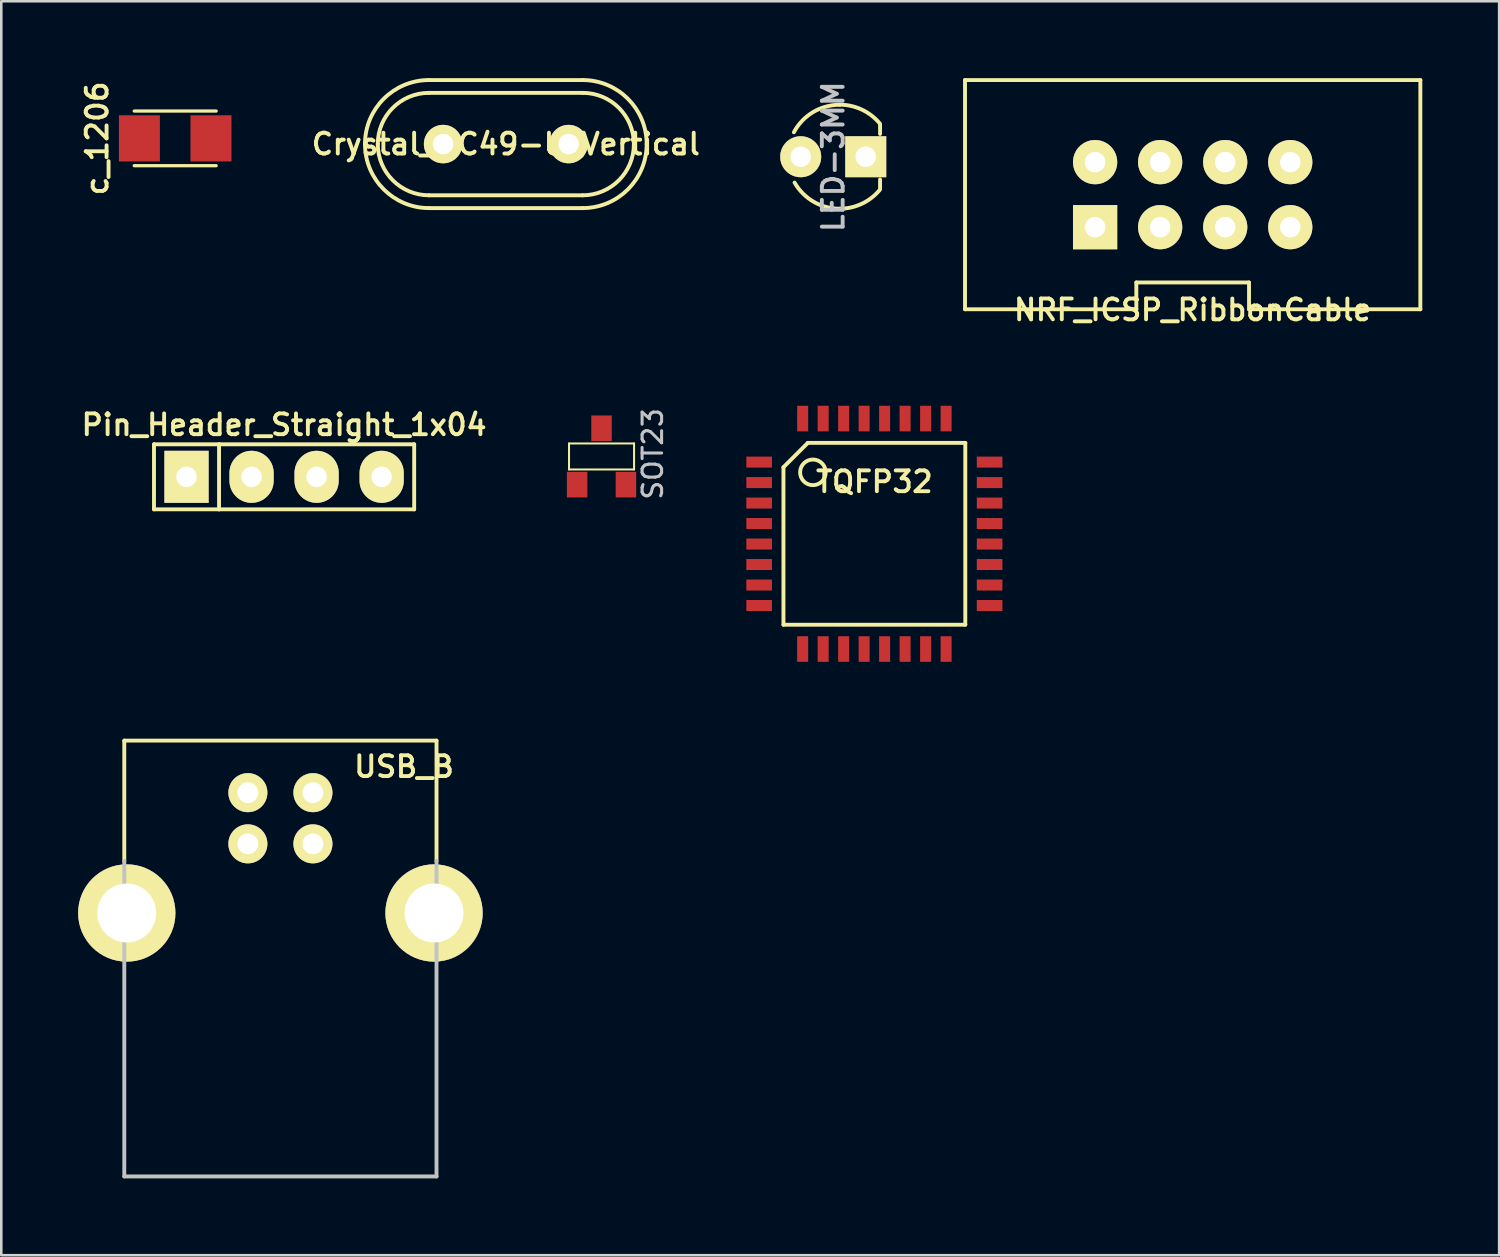
<source format=kicad_pcb>
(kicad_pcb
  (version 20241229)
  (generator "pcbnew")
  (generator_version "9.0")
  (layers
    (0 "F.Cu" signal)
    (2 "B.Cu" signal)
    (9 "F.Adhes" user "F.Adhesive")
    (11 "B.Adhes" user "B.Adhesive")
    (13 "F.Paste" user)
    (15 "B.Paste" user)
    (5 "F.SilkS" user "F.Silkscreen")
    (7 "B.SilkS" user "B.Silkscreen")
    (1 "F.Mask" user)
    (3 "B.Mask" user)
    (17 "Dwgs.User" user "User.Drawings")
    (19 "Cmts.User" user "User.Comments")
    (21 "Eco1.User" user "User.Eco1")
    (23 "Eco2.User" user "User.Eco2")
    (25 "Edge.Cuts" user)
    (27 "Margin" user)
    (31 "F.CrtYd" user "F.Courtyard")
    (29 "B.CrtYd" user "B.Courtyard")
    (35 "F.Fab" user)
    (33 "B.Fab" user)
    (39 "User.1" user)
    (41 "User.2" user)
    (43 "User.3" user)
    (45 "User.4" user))
  (footprint "LED-3MM"
    (layer "F.Cu")
    (at 29.486 3.07)
    (property "Reference" "LED-3MM" (at 0 0 90) (layer "Dwgs.User") (effects (font (size 0.813 0.813) (thickness 0.152))))
    (attr through_hole)
    (fp_line (start 1.829 -1.27) (end 1.829 -0.889) (stroke (width 0.152) (type solid)) (layer "F.SilkS"))
    (fp_line (start 1.829 1.27) (end 1.829 0.889) (stroke (width 0.152) (type solid)) (layer "F.SilkS"))
    (fp_arc (start -1.5367 -0.95504) (mid -0.790567 -1.739997) (end 0.253025 -2.02946) (stroke (width 0.1524) (type solid)) (layer "F.SilkS"))
    (fp_arc (start 0.254 -2.032) (mid 1.114367 -1.840867) (end 1.81288 -1.303426) (stroke (width 0.1524) (type solid)) (layer "F.SilkS"))
    (fp_arc (start 0.254 2.032) (mid -0.76507 1.757988) (end -1.509299 1.009851) (stroke (width 0.1524) (type solid)) (layer "F.SilkS"))
    (fp_arc (start 1.8034 1.31064) (mid 1.109154 1.840416) (end 0.256552 2.029387) (stroke (width 0.1524) (type solid)) (layer "F.SilkS"))
    (pad "1" thru_hole circle (at -1.27 0) (size 1.6 1.6) (drill 0.8) (layers "*.Cu" "*.Mask" "F.SilkS"))
    (pad "2" thru_hole rect (at 1.27 0) (size 1.6 1.6) (drill 0.8) (layers "*.Cu" "*.Mask" "F.SilkS")))
  (footprint "TQFP32"
    (layer "F.Cu")
    (at 31.093 17.794)
    (property "Reference" "TQFP32" (at 0 -2.032 0) (layer "F.SilkS") (effects (font (size 0.813 0.813) (thickness 0.152))))
    (attr through_hole)
    (fp_line (start -3.55 -2.6) (end -3.55 3.55) (stroke (width 0.152) (type solid)) (layer "F.SilkS"))
    (fp_line (start -3.55 3.55) (end 3.55 3.55) (stroke (width 0.152) (type solid)) (layer "F.SilkS"))
    (fp_line (start -2.6 -3.55) (end -3.55 -2.6) (stroke (width 0.152) (type solid)) (layer "F.SilkS"))
    (fp_line (start -2.6 -3.55) (end 3.55 -3.55) (stroke (width 0.152) (type solid)) (layer "F.SilkS"))
    (fp_line (start 3.55 3.55) (end 3.55 -3.55) (stroke (width 0.152) (type solid)) (layer "F.SilkS"))
    (fp_circle (center -2.4 -2.4) (end -2.4 -1.9) (stroke (width 0.152) (type solid)) (fill no) (layer "F.SilkS"))
    (pad "1" smd rect (at -4.5 -2.8) (size 1 0.43) (layers "F.Cu" "F.Mask" "F.Paste"))
    (pad "2" smd rect (at -4.5 -2) (size 1 0.43) (layers "F.Cu" "F.Mask" "F.Paste"))
    (pad "3" smd rect (at -4.5 -1.2) (size 1 0.43) (layers "F.Cu" "F.Mask" "F.Paste"))
    (pad "4" smd rect (at -4.5 -0.4) (size 1 0.43) (layers "F.Cu" "F.Mask" "F.Paste"))
    (pad "5" smd rect (at -4.5 0.4) (size 1 0.43) (layers "F.Cu" "F.Mask" "F.Paste"))
    (pad "6" smd rect (at -4.5 1.2) (size 1 0.43) (layers "F.Cu" "F.Mask" "F.Paste"))
    (pad "7" smd rect (at -4.5 2) (size 1 0.43) (layers "F.Cu" "F.Mask" "F.Paste"))
    (pad "8" smd rect (at -4.5 2.8) (size 1 0.43) (layers "F.Cu" "F.Mask" "F.Paste"))
    (pad "9" smd rect (at -2.8 4.5) (size 0.43 1) (layers "F.Cu" "F.Mask" "F.Paste"))
    (pad "10" smd rect (at -2 4.5) (size 0.43 1) (layers "F.Cu" "F.Mask" "F.Paste"))
    (pad "11" smd rect (at -1.2 4.5) (size 0.43 1) (layers "F.Cu" "F.Mask" "F.Paste"))
    (pad "12" smd rect (at -0.4 4.5) (size 0.43 1) (layers "F.Cu" "F.Mask" "F.Paste"))
    (pad "13" smd rect (at 0.4 4.5) (size 0.43 1) (layers "F.Cu" "F.Mask" "F.Paste"))
    (pad "14" smd rect (at 1.2 4.5) (size 0.43 1) (layers "F.Cu" "F.Mask" "F.Paste"))
    (pad "15" smd rect (at 2 4.5) (size 0.43 1) (layers "F.Cu" "F.Mask" "F.Paste"))
    (pad "16" smd rect (at 2.8 4.5) (size 0.43 1) (layers "F.Cu" "F.Mask" "F.Paste"))
    (pad "17" smd rect (at 4.5 2.8) (size 1 0.43) (layers "F.Cu" "F.Mask" "F.Paste"))
    (pad "18" smd rect (at 4.5 2) (size 1 0.43) (layers "F.Cu" "F.Mask" "F.Paste"))
    (pad "19" smd rect (at 4.5 1.2) (size 1 0.43) (layers "F.Cu" "F.Mask" "F.Paste"))
    (pad "20" smd rect (at 4.5 0.4) (size 1 0.43) (layers "F.Cu" "F.Mask" "F.Paste"))
    (pad "21" smd rect (at 4.5 -0.4) (size 1 0.43) (layers "F.Cu" "F.Mask" "F.Paste"))
    (pad "22" smd rect (at 4.5 -1.2) (size 1 0.43) (layers "F.Cu" "F.Mask" "F.Paste"))
    (pad "23" smd rect (at 4.5 -2) (size 1 0.43) (layers "F.Cu" "F.Mask" "F.Paste"))
    (pad "24" smd rect (at 4.5 -2.8) (size 1 0.43) (layers "F.Cu" "F.Mask" "F.Paste"))
    (pad "25" smd rect (at 2.8 -4.5) (size 0.43 1) (layers "F.Cu" "F.Mask" "F.Paste"))
    (pad "26" smd rect (at 2 -4.5) (size 0.43 1) (layers "F.Cu" "F.Mask" "F.Paste"))
    (pad "27" smd rect (at 1.2 -4.5) (size 0.43 1) (layers "F.Cu" "F.Mask" "F.Paste"))
    (pad "28" smd rect (at 0.4 -4.5) (size 0.43 1) (layers "F.Cu" "F.Mask" "F.Paste"))
    (pad "29" smd rect (at -0.4 -4.5) (size 0.43 1) (layers "F.Cu" "F.Mask" "F.Paste"))
    (pad "30" smd rect (at -1.2 -4.5) (size 0.43 1) (layers "F.Cu" "F.Mask" "F.Paste"))
    (pad "31" smd rect (at -2 -4.5) (size 0.43 1) (layers "F.Cu" "F.Mask" "F.Paste"))
    (pad "32" smd rect (at -2.8 -4.5) (size 0.43 1) (layers "F.Cu" "F.Mask" "F.Paste")))
  (footprint "USB_B"
    (layer "F.Cu")
    (at 7.899 32.601)
    (property "Reference" "USB_B" (at 4.826 -5.715 0) (layer "F.SilkS") (effects (font (size 0.813 0.813) (thickness 0.152))))
    (attr through_hole)
    (fp_line (start -6.096 -6.731) (end -6.096 -2.032) (stroke (width 0.152) (type solid)) (layer "F.SilkS"))
    (fp_line (start 6.096 -6.731) (end -6.096 -6.731) (stroke (width 0.152) (type solid)) (layer "F.SilkS"))
    (fp_line (start 6.096 -6.731) (end 6.096 -2.032) (stroke (width 0.152) (type solid)) (layer "F.SilkS"))
    (fp_line (start -6.096 10.287) (end -6.096 -2.032) (stroke (width 0.152) (type solid)) (layer "Dwgs.User"))
    (fp_line (start -6.096 10.287) (end 6.096 10.287) (stroke (width 0.152) (type solid)) (layer "Dwgs.User"))
    (fp_line (start 6.096 10.287) (end 6.096 -2.032) (stroke (width 0.152) (type solid)) (layer "Dwgs.User"))
    (pad "1" thru_hole circle (at 1.27 -4.699) (size 1.524 1.524) (drill 0.813) (layers "*.Cu" "*.Mask" "F.SilkS"))
    (pad "2" thru_hole circle (at -1.27 -4.699) (size 1.524 1.524) (drill 0.813) (layers "*.Cu" "*.Mask" "F.SilkS"))
    (pad "3" thru_hole circle (at -1.27 -2.7) (size 1.524 1.524) (drill 0.813) (layers "*.Cu" "*.Mask" "F.SilkS"))
    (pad "4" thru_hole circle (at 1.27 -2.7) (size 1.524 1.524) (drill 0.813) (layers "*.Cu" "*.Mask" "F.SilkS"))
    (pad "5" thru_hole circle (at 5.999 0) (size 3.8 3.8) (drill 2.3) (layers "*.Cu" "*.Mask" "F.SilkS"))
    (pad "6" thru_hole circle (at -5.999 0) (size 3.8 3.8) (drill 2.3) (layers "*.Cu" "*.Mask" "F.SilkS")))
  (footprint "Crystal_HC49-U_Vertical"
    (layer "F.Cu")
    (at 16.702 2.576)
    (property "Reference" "Crystal_HC49-U_Vertical" (at 0 0 0) (layer "F.SilkS") (effects (font (size 0.813 0.813) (thickness 0.152))))
    (attr through_hole)
    (fp_line (start -3 -2.5) (end 3 -2.5) (stroke (width 0.152) (type solid)) (layer "F.SilkS"))
    (fp_line (start -3 2) (end 3 2) (stroke (width 0.152) (type solid)) (layer "F.SilkS"))
    (fp_line (start 3 -2) (end -3 -2) (stroke (width 0.152) (type solid)) (layer "F.SilkS"))
    (fp_line (start 3 2.5) (end -3 2.5) (stroke (width 0.152) (type solid)) (layer "F.SilkS"))
    (fp_arc (start -5.5 0) (mid -4.767767 -1.767767) (end -3 -2.5) (stroke (width 0.1524) (type solid)) (layer "F.SilkS"))
    (fp_arc (start -5 0) (mid -4.414214 -1.414214) (end -3 -2) (stroke (width 0.1524) (type solid)) (layer "F.SilkS"))
    (fp_arc (start -3 2) (mid -4.414214 1.414214) (end -5 0) (stroke (width 0.1524) (type solid)) (layer "F.SilkS"))
    (fp_arc (start -3 2.5) (mid -4.767767 1.767767) (end -5.5 0) (stroke (width 0.1524) (type solid)) (layer "F.SilkS"))
    (fp_arc (start 3 -2.5) (mid 4.767767 -1.767767) (end 5.5 0) (stroke (width 0.1524) (type solid)) (layer "F.SilkS"))
    (fp_arc (start 3 -2) (mid 4.414214 -1.414214) (end 5 0) (stroke (width 0.1524) (type solid)) (layer "F.SilkS"))
    (fp_arc (start 5 0) (mid 4.414214 1.414214) (end 3 2) (stroke (width 0.1524) (type solid)) (layer "F.SilkS"))
    (fp_arc (start 5.5 0) (mid 4.767767 1.767767) (end 3 2.5) (stroke (width 0.1524) (type solid)) (layer "F.SilkS"))
    (pad "1" thru_hole circle (at -2.45 0) (size 1.501 1.501) (drill 0.8) (layers "*.Cu" "*.Mask" "F.SilkS"))
    (pad "2" thru_hole circle (at 2.45 0) (size 1.501 1.501) (drill 0.8) (layers "*.Cu" "*.Mask" "F.SilkS")))
  (footprint "c_1206"
    (layer "F.Cu")
    (at 3.791 2.353)
    (property "Reference" "c_1206" (at -3.048 0 90) (layer "F.SilkS") (effects (font (size 0.813 0.813) (thickness 0.152))))
    (attr through_hole)
    (fp_line (start -1.6 1.067) (end 1.6 1.067) (stroke (width 0.127) (type solid)) (layer "F.SilkS"))
    (fp_line (start 1.6 -1.067) (end -1.6 -1.067) (stroke (width 0.127) (type solid)) (layer "F.SilkS"))
    (pad "1" smd rect (at 1.397 0) (size 1.6 1.803) (layers "F.Cu" "F.Mask" "F.Paste"))
    (pad "2" smd rect (at -1.397 0) (size 1.6 1.803) (layers "F.Cu" "F.Mask" "F.Paste")))
  (footprint "SOT23"
    (layer "F.Cu")
    (at 20.439 14.774)
    (property "Reference" "SOT23" (at 1.999 -0.099 90) (layer "Dwgs.User") (effects (font (size 0.762 0.762) (thickness 0.119))))
    (attr through_hole)
    (fp_line (start -1.27 -0.508) (end -1.27 0.508) (stroke (width 0.079) (type solid)) (layer "F.SilkS"))
    (fp_line (start -1.27 -0.508) (end 1.27 -0.508) (stroke (width 0.079) (type solid)) (layer "F.SilkS"))
    (fp_line (start 1.27 -0.508) (end 1.27 0.508) (stroke (width 0.079) (type solid)) (layer "F.SilkS"))
    (fp_line (start 1.27 0.508) (end -1.27 0.508) (stroke (width 0.079) (type solid)) (layer "F.SilkS"))
    (pad "1" smd rect (at -0.953 1.1) (size 0.8 1) (layers "F.Cu" "F.Mask" "F.Paste"))
    (pad "2" smd rect (at 0.953 1.1) (size 0.8 1) (layers "F.Cu" "F.Mask" "F.Paste"))
    (pad "3" smd rect (at 0 -1.1) (size 0.8 1) (layers "F.Cu" "F.Mask" "F.Paste")))
  (footprint "NRF_ICSP_RibbonCable"
    (layer "F.Cu")
    (at 43.522 4.551)
    (property "Reference" "NRF_ICSP_RibbonCable" (at 0 4.5 180) (layer "F.SilkS") (effects (font (size 0.813 0.813) (thickness 0.152))))
    (attr through_hole)
    (fp_line (start -8.89 -4.475) (end -8.89 4.475) (stroke (width 0.152) (type solid)) (layer "F.SilkS"))
    (fp_line (start -8.89 4.475) (end -2.2 4.475) (stroke (width 0.152) (type solid)) (layer "F.SilkS"))
    (fp_line (start -2.2 3.429) (end -2.2 4.475) (stroke (width 0.152) (type solid)) (layer "F.SilkS"))
    (fp_line (start -2.2 3.429) (end 2.2 3.429) (stroke (width 0.152) (type solid)) (layer "F.SilkS"))
    (fp_line (start 2.2 3.429) (end 2.2 4.475) (stroke (width 0.152) (type solid)) (layer "F.SilkS"))
    (fp_line (start 2.2 4.475) (end 8.89 4.475) (stroke (width 0.152) (type solid)) (layer "F.SilkS"))
    (fp_line (start 8.89 -4.475) (end -8.89 -4.475) (stroke (width 0.152) (type solid)) (layer "F.SilkS"))
    (fp_line (start 8.89 4.475) (end 8.89 -4.475) (stroke (width 0.152) (type solid)) (layer "F.SilkS"))
    (pad "1" thru_hole rect (at -3.81 1.27) (size 1.727 1.727) (drill 0.8) (layers "*.Cu" "*.Mask" "F.SilkS"))
    (pad "2" thru_hole oval (at -3.81 -1.27) (size 1.727 1.727) (drill 0.8) (layers "*.Cu" "*.Mask" "F.SilkS"))
    (pad "3" thru_hole oval (at -1.27 1.27) (size 1.727 1.727) (drill 0.8) (layers "*.Cu" "*.Mask" "F.SilkS"))
    (pad "4" thru_hole oval (at -1.27 -1.27) (size 1.727 1.727) (drill 0.8) (layers "*.Cu" "*.Mask" "F.SilkS"))
    (pad "5" thru_hole oval (at 1.27 1.27) (size 1.727 1.727) (drill 0.8) (layers "*.Cu" "*.Mask" "F.SilkS"))
    (pad "6" thru_hole oval (at 1.27 -1.27) (size 1.727 1.727) (drill 0.8) (layers "*.Cu" "*.Mask" "F.SilkS"))
    (pad "7" thru_hole oval (at 3.81 1.27) (size 1.727 1.727) (drill 0.8) (layers "*.Cu" "*.Mask" "F.SilkS"))
    (pad "8" thru_hole oval (at 3.81 -1.27) (size 1.727 1.727) (drill 0.8) (layers "*.Cu" "*.Mask" "F.SilkS")))
  (footprint "Pin_Header_Straight_1x04"
    (layer "F.Cu")
    (at 8.043 15.569)
    (property "Reference" "Pin_Header_Straight_1x04" (at 0 -2.032 0) (layer "F.SilkS") (effects (font (size 0.813 0.813) (thickness 0.152))))
    (attr through_hole)
    (fp_line (start -5.08 -1.27) (end -5.08 1.27) (stroke (width 0.152) (type solid)) (layer "F.SilkS"))
    (fp_line (start -5.08 -1.27) (end -2.54 -1.27) (stroke (width 0.152) (type solid)) (layer "F.SilkS"))
    (fp_line (start -5.08 1.27) (end -2.54 1.27) (stroke (width 0.152) (type solid)) (layer "F.SilkS"))
    (fp_line (start -2.54 -1.27) (end -2.54 1.27) (stroke (width 0.152) (type solid)) (layer "F.SilkS"))
    (fp_line (start -2.54 -1.27) (end 5.08 -1.27) (stroke (width 0.152) (type solid)) (layer "F.SilkS"))
    (fp_line (start -2.54 1.27) (end 5.08 1.27) (stroke (width 0.152) (type solid)) (layer "F.SilkS"))
    (fp_line (start 5.08 1.27) (end 5.08 -1.27) (stroke (width 0.152) (type solid)) (layer "F.SilkS"))
    (pad "1" thru_hole rect (at -3.81 0) (size 1.727 2.032) (drill 0.8) (layers "*.Cu" "*.Mask" "F.SilkS"))
    (pad "2" thru_hole oval (at -1.27 0) (size 1.727 2.032) (drill 0.8) (layers "*.Cu" "*.Mask" "F.SilkS"))
    (pad "3" thru_hole oval (at 1.27 0) (size 1.727 2.032) (drill 0.8) (layers "*.Cu" "*.Mask" "F.SilkS"))
    (pad "4" thru_hole oval (at 3.81 0) (size 1.727 2.032) (drill 0.8) (layers "*.Cu" "*.Mask" "F.SilkS")))
  (gr_rect
    (start -3 -3)
    (end 55.489 45.965)
    (stroke (width 0.1) (type default))
    (fill no)
    (layer "Edge.Cuts")))
</source>
